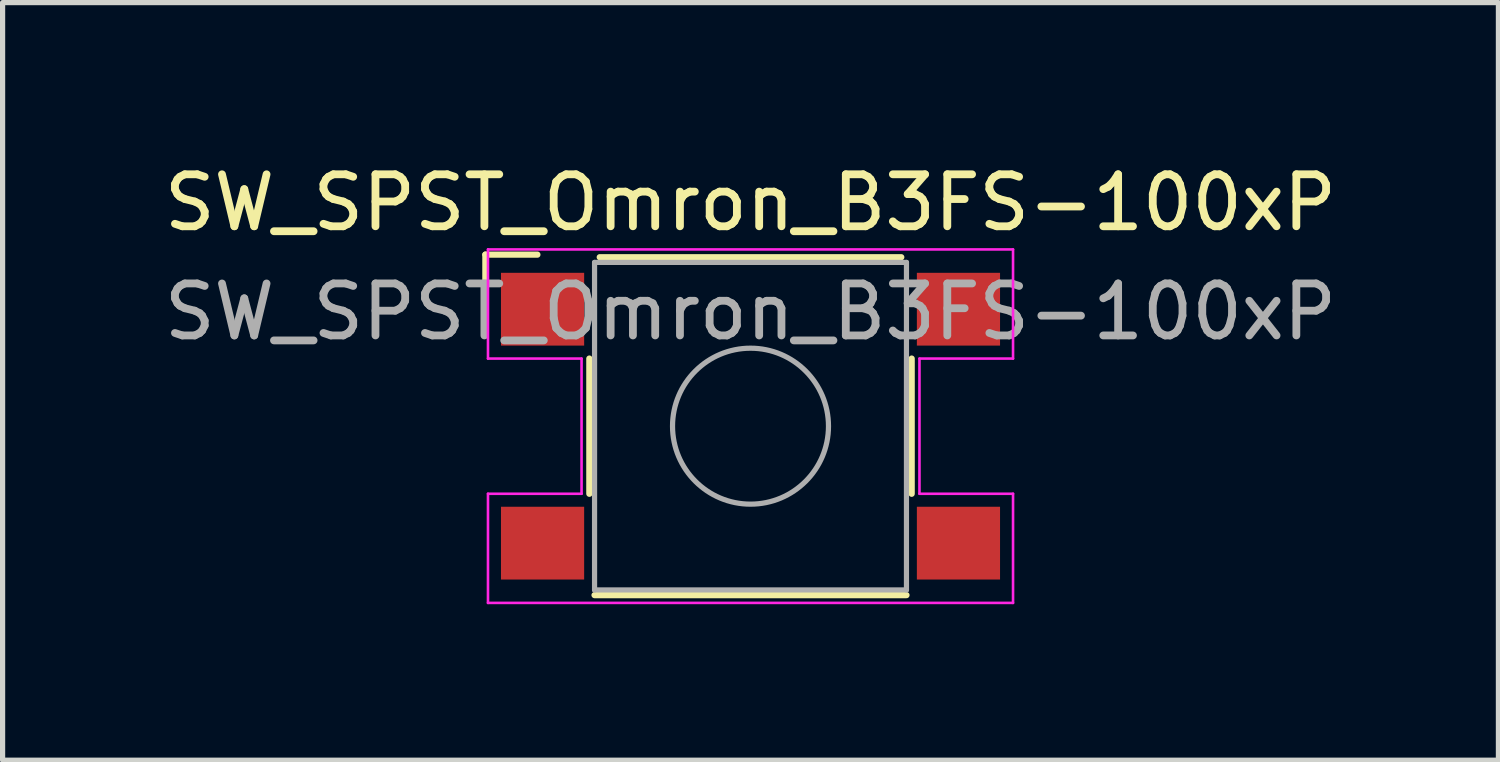
<source format=kicad_pcb>
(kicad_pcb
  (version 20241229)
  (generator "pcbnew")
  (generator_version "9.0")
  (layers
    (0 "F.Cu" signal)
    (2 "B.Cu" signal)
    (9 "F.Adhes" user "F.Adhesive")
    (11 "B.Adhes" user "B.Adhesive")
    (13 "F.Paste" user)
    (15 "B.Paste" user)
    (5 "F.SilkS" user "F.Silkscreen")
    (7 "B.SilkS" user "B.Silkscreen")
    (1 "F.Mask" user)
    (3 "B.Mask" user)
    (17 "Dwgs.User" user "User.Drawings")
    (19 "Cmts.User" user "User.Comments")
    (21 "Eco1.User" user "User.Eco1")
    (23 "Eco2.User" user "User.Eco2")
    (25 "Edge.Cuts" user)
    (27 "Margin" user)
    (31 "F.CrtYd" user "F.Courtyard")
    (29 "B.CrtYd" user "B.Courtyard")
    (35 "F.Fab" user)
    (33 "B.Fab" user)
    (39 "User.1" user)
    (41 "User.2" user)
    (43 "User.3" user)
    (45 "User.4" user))
  (footprint "SW_SPST_Omron_B3FS-100xP"
    (layer "F.Cu")
    (at 11.387 5.148)
    (property "Reference" "SW_SPST_Omron_B3FS-100xP" (at 0 -4.3 0) (layer "F.SilkS") (effects (font (size 1 1) (thickness 0.15))))
    (attr smd)
    (fp_line (start -5.1 -3.3) (end -4.1 -3.3) (stroke (width 0.12) (type solid)) (layer "F.SilkS"))
    (fp_line (start -5.1 -2.3) (end -5.1 -3.3) (stroke (width 0.12) (type solid)) (layer "F.SilkS"))
    (fp_line (start -3.1 -1.3) (end -3.1 1.3) (stroke (width 0.12) (type solid)) (layer "F.SilkS"))
    (fp_line (start 2.9 -3.25) (end -2.9 -3.25) (stroke (width 0.12) (type solid)) (layer "F.SilkS"))
    (fp_line (start 3 3.25) (end -3 3.25) (stroke (width 0.12) (type solid)) (layer "F.SilkS"))
    (fp_line (start 3.1 -1.3) (end 3.1 1.3) (stroke (width 0.12) (type solid)) (layer "F.SilkS"))
    (fp_line (start -5.05 -3.4) (end 5.05 -3.4) (stroke (width 0.05) (type solid)) (layer "F.CrtYd"))
    (fp_line (start -5.05 -1.3) (end -5.05 -3.4) (stroke (width 0.05) (type solid)) (layer "F.CrtYd"))
    (fp_line (start -5.05 1.3) (end -3.25 1.3) (stroke (width 0.05) (type solid)) (layer "F.CrtYd"))
    (fp_line (start -5.05 3.4) (end -5.05 1.3) (stroke (width 0.05) (type solid)) (layer "F.CrtYd"))
    (fp_line (start -3.25 -1.3) (end -5.05 -1.3) (stroke (width 0.05) (type solid)) (layer "F.CrtYd"))
    (fp_line (start -3.25 1.3) (end -3.25 -1.3) (stroke (width 0.05) (type solid)) (layer "F.CrtYd"))
    (fp_line (start 3.25 -1.3) (end 3.25 1.3) (stroke (width 0.05) (type solid)) (layer "F.CrtYd"))
    (fp_line (start 3.25 1.3) (end 5.05 1.3) (stroke (width 0.05) (type solid)) (layer "F.CrtYd"))
    (fp_line (start 5.05 -3.4) (end 5.05 -1.3) (stroke (width 0.05) (type solid)) (layer "F.CrtYd"))
    (fp_line (start 5.05 -1.3) (end 3.25 -1.3) (stroke (width 0.05) (type solid)) (layer "F.CrtYd"))
    (fp_line (start 5.05 1.3) (end 5.05 3.4) (stroke (width 0.05) (type solid)) (layer "F.CrtYd"))
    (fp_line (start 5.05 3.4) (end -5.05 3.4) (stroke (width 0.05) (type solid)) (layer "F.CrtYd"))
    (fp_line (start -3 -3.15) (end 3 -3.15) (stroke (width 0.1) (type solid)) (layer "F.Fab"))
    (fp_line (start -3 3.15) (end -3 -3.15) (stroke (width 0.1) (type solid)) (layer "F.Fab"))
    (fp_line (start 3 -3.15) (end 3 3.15) (stroke (width 0.1) (type solid)) (layer "F.Fab"))
    (fp_line (start 3 3.15) (end -3 3.15) (stroke (width 0.1) (type solid)) (layer "F.Fab"))
    (fp_circle (center 0 0) (end 1.5 0) (stroke (width 0.1) (type solid)) (fill no) (layer "F.Fab"))
    (fp_text user "${REFERENCE}" (at 0 -2.2 0) (layer "F.Fab") (effects (font (size 1 1) (thickness 0.15))))
    (pad "1" smd rect (at -4 -2.25 180) (size 1.6 1.4) (layers "F.Cu" "F.Mask" "F.Paste"))
    (pad "1" smd rect (at 4 -2.25 180) (size 1.6 1.4) (layers "F.Cu" "F.Mask" "F.Paste"))
    (pad "2" smd rect (at -4 2.25 180) (size 1.6 1.4) (layers "F.Cu" "F.Mask" "F.Paste"))
    (pad "2" smd rect (at 4 2.25 180) (size 1.6 1.4) (layers "F.Cu" "F.Mask" "F.Paste")))
  (gr_rect
    (start -3 -3)
    (end 25.774 11.573)
    (stroke (width 0.1) (type default))
    (fill no)
    (layer "Edge.Cuts")))
</source>
